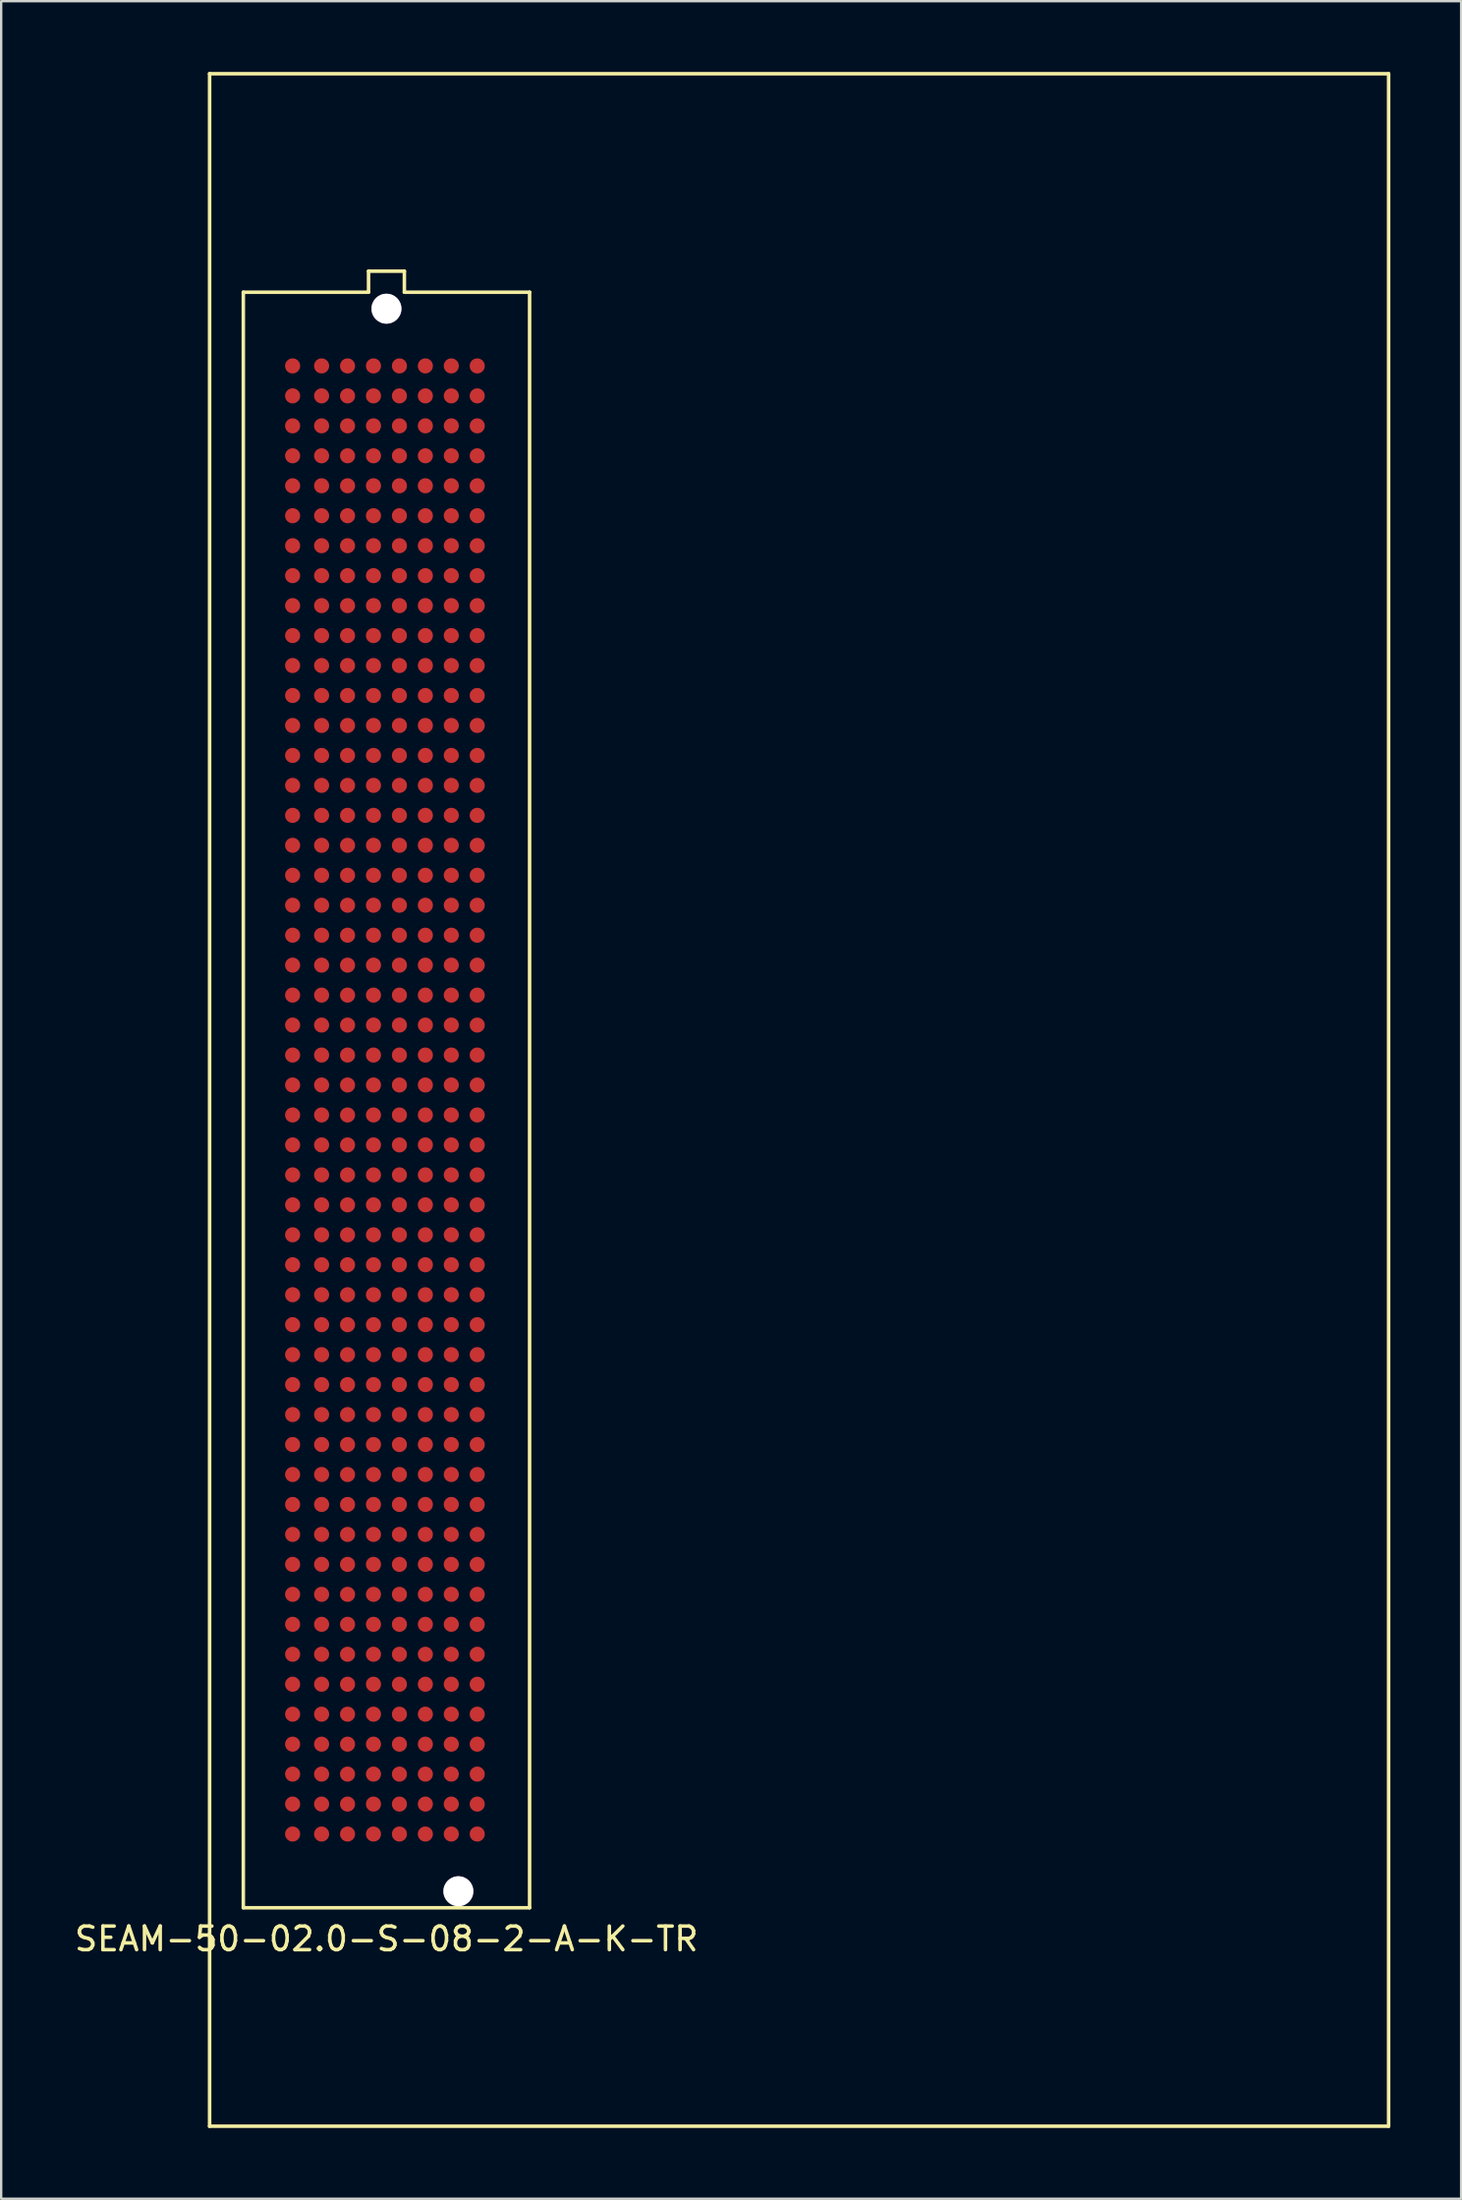
<source format=kicad_pcb>
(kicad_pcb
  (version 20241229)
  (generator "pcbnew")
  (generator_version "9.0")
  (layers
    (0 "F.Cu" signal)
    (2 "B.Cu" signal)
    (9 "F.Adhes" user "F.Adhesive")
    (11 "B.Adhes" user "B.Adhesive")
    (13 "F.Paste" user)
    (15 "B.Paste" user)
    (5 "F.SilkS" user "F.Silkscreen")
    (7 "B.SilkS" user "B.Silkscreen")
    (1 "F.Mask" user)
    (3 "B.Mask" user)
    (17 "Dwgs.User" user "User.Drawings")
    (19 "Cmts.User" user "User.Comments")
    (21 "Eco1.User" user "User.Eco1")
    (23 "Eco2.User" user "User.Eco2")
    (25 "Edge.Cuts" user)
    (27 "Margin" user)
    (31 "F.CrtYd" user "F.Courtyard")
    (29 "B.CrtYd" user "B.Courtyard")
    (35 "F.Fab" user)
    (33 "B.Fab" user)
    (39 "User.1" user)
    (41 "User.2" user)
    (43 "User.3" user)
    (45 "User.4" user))
  (footprint "SEAM-50-02.0-S-08-2-A-K-TR"
    (layer "F.Cu")
    (at 13.339 43.575)
    (property "Reference" "SEAM-50-02.0-S-08-2-A-K-TR" (at 0 35.56 0) (layer "F.SilkS") (effects (font (size 1 1) (thickness 0.15))))
    (attr through_hole)
    (fp_line (start -7.5 -43.5) (end 42.5 -43.5) (stroke (width 0.15) (type solid)) (layer "F.SilkS"))
    (fp_line (start -7.5 43.5) (end -7.5 -43.5) (stroke (width 0.15) (type solid)) (layer "F.SilkS"))
    (fp_line (start -6.07 -34.24) (end -6.07 34.24) (stroke (width 0.15) (type solid)) (layer "F.SilkS"))
    (fp_line (start -6.07 34.24) (end 6.07 34.24) (stroke (width 0.15) (type solid)) (layer "F.SilkS"))
    (fp_line (start -0.76 -35.13) (end 0.76 -35.13) (stroke (width 0.15) (type solid)) (layer "F.SilkS"))
    (fp_line (start -0.76 -34.24) (end -6.07 -34.24) (stroke (width 0.15) (type solid)) (layer "F.SilkS"))
    (fp_line (start -0.76 -34.24) (end -0.76 -35.13) (stroke (width 0.15) (type solid)) (layer "F.SilkS"))
    (fp_line (start 0.76 -35.13) (end 0.76 -34.24) (stroke (width 0.15) (type solid)) (layer "F.SilkS"))
    (fp_line (start 0.76 -34.24) (end 6.07 -34.24) (stroke (width 0.15) (type solid)) (layer "F.SilkS"))
    (fp_line (start 6.07 34.24) (end 6.07 -34.24) (stroke (width 0.15) (type solid)) (layer "F.SilkS"))
    (fp_line (start 42.5 -43.5) (end 42.5 43.5) (stroke (width 0.15) (type solid)) (layer "F.SilkS"))
    (fp_line (start 42.5 43.5) (end -7.5 43.5) (stroke (width 0.15) (type solid)) (layer "F.SilkS"))
    (pad "" np_thru_hole custom (at 0 -33.54) (size 1.27 1.27) (drill 1.27) (layers "*.Cu" "*.Mask") (options (anchor circle)) (primitives))
    (pad "" np_thru_hole custom (at 3.05 33.54) (size 1.27 1.27) (drill 1.27) (layers "*.Cu" "*.Mask") (options (anchor circle)) (primitives))
    (pad "A1" smd circle (at -3.98 -31.115) (size 0.64 0.64) (layers "F.Cu" "F.Mask" "F.Paste"))
    (pad "A2" smd circle (at -3.98 -29.845) (size 0.64 0.64) (layers "F.Cu" "F.Mask" "F.Paste"))
    (pad "A3" smd circle (at -3.98 -28.575) (size 0.64 0.64) (layers "F.Cu" "F.Mask" "F.Paste"))
    (pad "A4" smd circle (at -3.98 -27.305) (size 0.64 0.64) (layers "F.Cu" "F.Mask" "F.Paste"))
    (pad "A5" smd circle (at -3.98 -26.035) (size 0.64 0.64) (layers "F.Cu" "F.Mask" "F.Paste"))
    (pad "A6" smd circle (at -3.98 -24.765) (size 0.64 0.64) (layers "F.Cu" "F.Mask" "F.Paste"))
    (pad "A7" smd circle (at -3.98 -23.495) (size 0.64 0.64) (layers "F.Cu" "F.Mask" "F.Paste"))
    (pad "A8" smd circle (at -3.98 -22.225) (size 0.64 0.64) (layers "F.Cu" "F.Mask" "F.Paste"))
    (pad "A9" smd circle (at -3.98 -20.955) (size 0.64 0.64) (layers "F.Cu" "F.Mask" "F.Paste"))
    (pad "A10" smd circle (at -3.98 -19.685) (size 0.64 0.64) (layers "F.Cu" "F.Mask" "F.Paste"))
    (pad "A11" smd circle (at -3.98 -18.415) (size 0.64 0.64) (layers "F.Cu" "F.Mask" "F.Paste"))
    (pad "A12" smd circle (at -3.98 -17.145) (size 0.64 0.64) (layers "F.Cu" "F.Mask" "F.Paste"))
    (pad "A13" smd circle (at -3.98 -15.875) (size 0.64 0.64) (layers "F.Cu" "F.Mask" "F.Paste"))
    (pad "A14" smd circle (at -3.98 -14.605) (size 0.64 0.64) (layers "F.Cu" "F.Mask" "F.Paste"))
    (pad "A15" smd circle (at -3.98 -13.335) (size 0.64 0.64) (layers "F.Cu" "F.Mask" "F.Paste"))
    (pad "A16" smd circle (at -3.98 -12.065) (size 0.64 0.64) (layers "F.Cu" "F.Mask" "F.Paste"))
    (pad "A17" smd circle (at -3.98 -10.795) (size 0.64 0.64) (layers "F.Cu" "F.Mask" "F.Paste"))
    (pad "A18" smd circle (at -3.98 -9.525) (size 0.64 0.64) (layers "F.Cu" "F.Mask" "F.Paste"))
    (pad "A19" smd circle (at -3.98 -8.255) (size 0.64 0.64) (layers "F.Cu" "F.Mask" "F.Paste"))
    (pad "A20" smd circle (at -3.98 -6.985) (size 0.64 0.64) (layers "F.Cu" "F.Mask" "F.Paste"))
    (pad "A21" smd circle (at -3.98 -5.715) (size 0.64 0.64) (layers "F.Cu" "F.Mask" "F.Paste"))
    (pad "A22" smd circle (at -3.98 -4.445) (size 0.64 0.64) (layers "F.Cu" "F.Mask" "F.Paste"))
    (pad "A23" smd circle (at -3.98 -3.175) (size 0.64 0.64) (layers "F.Cu" "F.Mask" "F.Paste"))
    (pad "A24" smd circle (at -3.98 -1.905) (size 0.64 0.64) (layers "F.Cu" "F.Mask" "F.Paste"))
    (pad "A25" smd circle (at -3.98 -0.635) (size 0.64 0.64) (layers "F.Cu" "F.Mask" "F.Paste"))
    (pad "A26" smd circle (at -3.98 0.635) (size 0.64 0.64) (layers "F.Cu" "F.Mask" "F.Paste"))
    (pad "A27" smd circle (at -3.98 1.905) (size 0.64 0.64) (layers "F.Cu" "F.Mask" "F.Paste"))
    (pad "A28" smd circle (at -3.98 3.175) (size 0.64 0.64) (layers "F.Cu" "F.Mask" "F.Paste"))
    (pad "A29" smd circle (at -3.98 4.445) (size 0.64 0.64) (layers "F.Cu" "F.Mask" "F.Paste"))
    (pad "A30" smd circle (at -3.98 5.715) (size 0.64 0.64) (layers "F.Cu" "F.Mask" "F.Paste"))
    (pad "A31" smd circle (at -3.98 6.985) (size 0.64 0.64) (layers "F.Cu" "F.Mask" "F.Paste"))
    (pad "A32" smd circle (at -3.98 8.255) (size 0.64 0.64) (layers "F.Cu" "F.Mask" "F.Paste"))
    (pad "A33" smd circle (at -3.98 9.525) (size 0.64 0.64) (layers "F.Cu" "F.Mask" "F.Paste"))
    (pad "A34" smd circle (at -3.98 10.795) (size 0.64 0.64) (layers "F.Cu" "F.Mask" "F.Paste"))
    (pad "A35" smd circle (at -3.98 12.065) (size 0.64 0.64) (layers "F.Cu" "F.Mask" "F.Paste"))
    (pad "A36" smd circle (at -3.98 13.335) (size 0.64 0.64) (layers "F.Cu" "F.Mask" "F.Paste"))
    (pad "A37" smd circle (at -3.98 14.605) (size 0.64 0.64) (layers "F.Cu" "F.Mask" "F.Paste"))
    (pad "A38" smd circle (at -3.98 15.875) (size 0.64 0.64) (layers "F.Cu" "F.Mask" "F.Paste"))
    (pad "A39" smd circle (at -3.98 17.145) (size 0.64 0.64) (layers "F.Cu" "F.Mask" "F.Paste"))
    (pad "A40" smd circle (at -3.98 18.415) (size 0.64 0.64) (layers "F.Cu" "F.Mask" "F.Paste"))
    (pad "A41" smd circle (at -3.98 19.685) (size 0.64 0.64) (layers "F.Cu" "F.Mask" "F.Paste"))
    (pad "A42" smd circle (at -3.98 20.955) (size 0.64 0.64) (layers "F.Cu" "F.Mask" "F.Paste"))
    (pad "A43" smd circle (at -3.98 22.225) (size 0.64 0.64) (layers "F.Cu" "F.Mask" "F.Paste"))
    (pad "A44" smd circle (at -3.98 23.495) (size 0.64 0.64) (layers "F.Cu" "F.Mask" "F.Paste"))
    (pad "A45" smd circle (at -3.98 24.765) (size 0.64 0.64) (layers "F.Cu" "F.Mask" "F.Paste"))
    (pad "A46" smd circle (at -3.98 26.035) (size 0.64 0.64) (layers "F.Cu" "F.Mask" "F.Paste"))
    (pad "A47" smd circle (at -3.98 27.305) (size 0.64 0.64) (layers "F.Cu" "F.Mask" "F.Paste"))
    (pad "A48" smd circle (at -3.98 28.575) (size 0.64 0.64) (layers "F.Cu" "F.Mask" "F.Paste"))
    (pad "A49" smd circle (at -3.98 29.845) (size 0.64 0.64) (layers "F.Cu" "F.Mask" "F.Paste"))
    (pad "A50" smd circle (at -3.98 31.115) (size 0.64 0.64) (layers "F.Cu" "F.Mask" "F.Paste"))
    (pad "B1" smd circle (at -2.75 -31.115) (size 0.64 0.64) (layers "F.Cu" "F.Mask" "F.Paste"))
    (pad "B2" smd circle (at -2.75 -29.845) (size 0.64 0.64) (layers "F.Cu" "F.Mask" "F.Paste"))
    (pad "B3" smd circle (at -2.75 -28.575) (size 0.64 0.64) (layers "F.Cu" "F.Mask" "F.Paste"))
    (pad "B4" smd circle (at -2.75 -27.305) (size 0.64 0.64) (layers "F.Cu" "F.Mask" "F.Paste"))
    (pad "B5" smd circle (at -2.75 -26.035) (size 0.64 0.64) (layers "F.Cu" "F.Mask" "F.Paste"))
    (pad "B6" smd circle (at -2.75 -24.765) (size 0.64 0.64) (layers "F.Cu" "F.Mask" "F.Paste"))
    (pad "B7" smd circle (at -2.75 -23.495) (size 0.64 0.64) (layers "F.Cu" "F.Mask" "F.Paste"))
    (pad "B8" smd circle (at -2.75 -22.225) (size 0.64 0.64) (layers "F.Cu" "F.Mask" "F.Paste"))
    (pad "B9" smd circle (at -2.75 -20.955) (size 0.64 0.64) (layers "F.Cu" "F.Mask" "F.Paste"))
    (pad "B10" smd circle (at -2.75 -19.685) (size 0.64 0.64) (layers "F.Cu" "F.Mask" "F.Paste"))
    (pad "B11" smd circle (at -2.75 -18.415) (size 0.64 0.64) (layers "F.Cu" "F.Mask" "F.Paste"))
    (pad "B12" smd circle (at -2.75 -17.145) (size 0.64 0.64) (layers "F.Cu" "F.Mask" "F.Paste"))
    (pad "B13" smd circle (at -2.75 -15.875) (size 0.64 0.64) (layers "F.Cu" "F.Mask" "F.Paste"))
    (pad "B14" smd circle (at -2.75 -14.605) (size 0.64 0.64) (layers "F.Cu" "F.Mask" "F.Paste"))
    (pad "B15" smd circle (at -2.75 -13.335) (size 0.64 0.64) (layers "F.Cu" "F.Mask" "F.Paste"))
    (pad "B16" smd circle (at -2.75 -12.065) (size 0.64 0.64) (layers "F.Cu" "F.Mask" "F.Paste"))
    (pad "B17" smd circle (at -2.75 -10.795) (size 0.64 0.64) (layers "F.Cu" "F.Mask" "F.Paste"))
    (pad "B18" smd circle (at -2.75 -9.525) (size 0.64 0.64) (layers "F.Cu" "F.Mask" "F.Paste"))
    (pad "B19" smd circle (at -2.75 -8.255) (size 0.64 0.64) (layers "F.Cu" "F.Mask" "F.Paste"))
    (pad "B20" smd circle (at -2.75 -6.985) (size 0.64 0.64) (layers "F.Cu" "F.Mask" "F.Paste"))
    (pad "B21" smd circle (at -2.75 -5.715) (size 0.64 0.64) (layers "F.Cu" "F.Mask" "F.Paste"))
    (pad "B22" smd circle (at -2.75 -4.445) (size 0.64 0.64) (layers "F.Cu" "F.Mask" "F.Paste"))
    (pad "B23" smd circle (at -2.75 -3.175) (size 0.64 0.64) (layers "F.Cu" "F.Mask" "F.Paste"))
    (pad "B24" smd circle (at -2.75 -1.905) (size 0.64 0.64) (layers "F.Cu" "F.Mask" "F.Paste"))
    (pad "B25" smd circle (at -2.75 -0.635) (size 0.64 0.64) (layers "F.Cu" "F.Mask" "F.Paste"))
    (pad "B26" smd circle (at -2.75 0.635) (size 0.64 0.64) (layers "F.Cu" "F.Mask" "F.Paste"))
    (pad "B27" smd circle (at -2.75 1.905) (size 0.64 0.64) (layers "F.Cu" "F.Mask" "F.Paste"))
    (pad "B28" smd circle (at -2.75 3.175) (size 0.64 0.64) (layers "F.Cu" "F.Mask" "F.Paste"))
    (pad "B29" smd circle (at -2.75 4.445) (size 0.64 0.64) (layers "F.Cu" "F.Mask" "F.Paste"))
    (pad "B30" smd circle (at -2.75 5.715) (size 0.64 0.64) (layers "F.Cu" "F.Mask" "F.Paste"))
    (pad "B31" smd circle (at -2.75 6.985) (size 0.64 0.64) (layers "F.Cu" "F.Mask" "F.Paste"))
    (pad "B32" smd circle (at -2.75 8.255) (size 0.64 0.64) (layers "F.Cu" "F.Mask" "F.Paste"))
    (pad "B33" smd circle (at -2.75 9.525) (size 0.64 0.64) (layers "F.Cu" "F.Mask" "F.Paste"))
    (pad "B34" smd circle (at -2.75 10.795) (size 0.64 0.64) (layers "F.Cu" "F.Mask" "F.Paste"))
    (pad "B35" smd circle (at -2.75 12.065) (size 0.64 0.64) (layers "F.Cu" "F.Mask" "F.Paste"))
    (pad "B36" smd circle (at -2.75 13.335) (size 0.64 0.64) (layers "F.Cu" "F.Mask" "F.Paste"))
    (pad "B37" smd circle (at -2.75 14.605) (size 0.64 0.64) (layers "F.Cu" "F.Mask" "F.Paste"))
    (pad "B38" smd circle (at -2.75 15.875) (size 0.64 0.64) (layers "F.Cu" "F.Mask" "F.Paste"))
    (pad "B39" smd circle (at -2.75 17.145) (size 0.64 0.64) (layers "F.Cu" "F.Mask" "F.Paste"))
    (pad "B40" smd circle (at -2.75 18.415) (size 0.64 0.64) (layers "F.Cu" "F.Mask" "F.Paste"))
    (pad "B41" smd circle (at -2.75 19.685) (size 0.64 0.64) (layers "F.Cu" "F.Mask" "F.Paste"))
    (pad "B42" smd circle (at -2.75 20.955) (size 0.64 0.64) (layers "F.Cu" "F.Mask" "F.Paste"))
    (pad "B43" smd circle (at -2.75 22.225) (size 0.64 0.64) (layers "F.Cu" "F.Mask" "F.Paste"))
    (pad "B44" smd circle (at -2.75 23.495) (size 0.64 0.64) (layers "F.Cu" "F.Mask" "F.Paste"))
    (pad "B45" smd circle (at -2.75 24.765) (size 0.64 0.64) (layers "F.Cu" "F.Mask" "F.Paste"))
    (pad "B46" smd circle (at -2.75 26.035) (size 0.64 0.64) (layers "F.Cu" "F.Mask" "F.Paste"))
    (pad "B47" smd circle (at -2.75 27.305) (size 0.64 0.64) (layers "F.Cu" "F.Mask" "F.Paste"))
    (pad "B48" smd circle (at -2.75 28.575) (size 0.64 0.64) (layers "F.Cu" "F.Mask" "F.Paste"))
    (pad "B49" smd circle (at -2.75 29.845) (size 0.64 0.64) (layers "F.Cu" "F.Mask" "F.Paste"))
    (pad "B50" smd circle (at -2.75 31.115) (size 0.64 0.64) (layers "F.Cu" "F.Mask" "F.Paste"))
    (pad "C1" smd circle (at -1.65 -31.115) (size 0.64 0.64) (layers "F.Cu" "F.Mask" "F.Paste"))
    (pad "C2" smd circle (at -1.65 -29.845) (size 0.64 0.64) (layers "F.Cu" "F.Mask" "F.Paste"))
    (pad "C3" smd circle (at -1.65 -28.575) (size 0.64 0.64) (layers "F.Cu" "F.Mask" "F.Paste"))
    (pad "C4" smd circle (at -1.65 -27.305) (size 0.64 0.64) (layers "F.Cu" "F.Mask" "F.Paste"))
    (pad "C5" smd circle (at -1.65 -26.035) (size 0.64 0.64) (layers "F.Cu" "F.Mask" "F.Paste"))
    (pad "C6" smd circle (at -1.65 -24.765) (size 0.64 0.64) (layers "F.Cu" "F.Mask" "F.Paste"))
    (pad "C7" smd circle (at -1.65 -23.495) (size 0.64 0.64) (layers "F.Cu" "F.Mask" "F.Paste"))
    (pad "C8" smd circle (at -1.65 -22.225) (size 0.64 0.64) (layers "F.Cu" "F.Mask" "F.Paste"))
    (pad "C9" smd circle (at -1.65 -20.955) (size 0.64 0.64) (layers "F.Cu" "F.Mask" "F.Paste"))
    (pad "C10" smd circle (at -1.65 -19.685) (size 0.64 0.64) (layers "F.Cu" "F.Mask" "F.Paste"))
    (pad "C11" smd circle (at -1.65 -18.415) (size 0.64 0.64) (layers "F.Cu" "F.Mask" "F.Paste"))
    (pad "C12" smd circle (at -1.65 -17.145) (size 0.64 0.64) (layers "F.Cu" "F.Mask" "F.Paste"))
    (pad "C13" smd circle (at -1.65 -15.875) (size 0.64 0.64) (layers "F.Cu" "F.Mask" "F.Paste"))
    (pad "C14" smd circle (at -1.65 -14.605) (size 0.64 0.64) (layers "F.Cu" "F.Mask" "F.Paste"))
    (pad "C15" smd circle (at -1.65 -13.335) (size 0.64 0.64) (layers "F.Cu" "F.Mask" "F.Paste"))
    (pad "C16" smd circle (at -1.65 -12.065) (size 0.64 0.64) (layers "F.Cu" "F.Mask" "F.Paste"))
    (pad "C17" smd circle (at -1.65 -10.795) (size 0.64 0.64) (layers "F.Cu" "F.Mask" "F.Paste"))
    (pad "C18" smd circle (at -1.65 -9.525) (size 0.64 0.64) (layers "F.Cu" "F.Mask" "F.Paste"))
    (pad "C19" smd circle (at -1.65 -8.255) (size 0.64 0.64) (layers "F.Cu" "F.Mask" "F.Paste"))
    (pad "C20" smd circle (at -1.65 -6.985) (size 0.64 0.64) (layers "F.Cu" "F.Mask" "F.Paste"))
    (pad "C21" smd circle (at -1.65 -5.715) (size 0.64 0.64) (layers "F.Cu" "F.Mask" "F.Paste"))
    (pad "C22" smd circle (at -1.65 -4.445) (size 0.64 0.64) (layers "F.Cu" "F.Mask" "F.Paste"))
    (pad "C23" smd circle (at -1.65 -3.175) (size 0.64 0.64) (layers "F.Cu" "F.Mask" "F.Paste"))
    (pad "C24" smd circle (at -1.65 -1.905) (size 0.64 0.64) (layers "F.Cu" "F.Mask" "F.Paste"))
    (pad "C25" smd circle (at -1.65 -0.635) (size 0.64 0.64) (layers "F.Cu" "F.Mask" "F.Paste"))
    (pad "C26" smd circle (at -1.65 0.635) (size 0.64 0.64) (layers "F.Cu" "F.Mask" "F.Paste"))
    (pad "C27" smd circle (at -1.65 1.905) (size 0.64 0.64) (layers "F.Cu" "F.Mask" "F.Paste"))
    (pad "C28" smd circle (at -1.65 3.175) (size 0.64 0.64) (layers "F.Cu" "F.Mask" "F.Paste"))
    (pad "C29" smd circle (at -1.65 4.445) (size 0.64 0.64) (layers "F.Cu" "F.Mask" "F.Paste"))
    (pad "C30" smd circle (at -1.65 5.715) (size 0.64 0.64) (layers "F.Cu" "F.Mask" "F.Paste"))
    (pad "C31" smd circle (at -1.65 6.985) (size 0.64 0.64) (layers "F.Cu" "F.Mask" "F.Paste"))
    (pad "C32" smd circle (at -1.65 8.255) (size 0.64 0.64) (layers "F.Cu" "F.Mask" "F.Paste"))
    (pad "C33" smd circle (at -1.65 9.525) (size 0.64 0.64) (layers "F.Cu" "F.Mask" "F.Paste"))
    (pad "C34" smd circle (at -1.65 10.795) (size 0.64 0.64) (layers "F.Cu" "F.Mask" "F.Paste"))
    (pad "C35" smd circle (at -1.65 12.065) (size 0.64 0.64) (layers "F.Cu" "F.Mask" "F.Paste"))
    (pad "C36" smd circle (at -1.65 13.335) (size 0.64 0.64) (layers "F.Cu" "F.Mask" "F.Paste"))
    (pad "C37" smd circle (at -1.65 14.605) (size 0.64 0.64) (layers "F.Cu" "F.Mask" "F.Paste"))
    (pad "C38" smd circle (at -1.65 15.875) (size 0.64 0.64) (layers "F.Cu" "F.Mask" "F.Paste"))
    (pad "C39" smd circle (at -1.65 17.145) (size 0.64 0.64) (layers "F.Cu" "F.Mask" "F.Paste"))
    (pad "C40" smd circle (at -1.65 18.415) (size 0.64 0.64) (layers "F.Cu" "F.Mask" "F.Paste"))
    (pad "C41" smd circle (at -1.65 19.685) (size 0.64 0.64) (layers "F.Cu" "F.Mask" "F.Paste"))
    (pad "C42" smd circle (at -1.65 20.955) (size 0.64 0.64) (layers "F.Cu" "F.Mask" "F.Paste"))
    (pad "C43" smd circle (at -1.65 22.225) (size 0.64 0.64) (layers "F.Cu" "F.Mask" "F.Paste"))
    (pad "C44" smd circle (at -1.65 23.495) (size 0.64 0.64) (layers "F.Cu" "F.Mask" "F.Paste"))
    (pad "C45" smd circle (at -1.65 24.765) (size 0.64 0.64) (layers "F.Cu" "F.Mask" "F.Paste"))
    (pad "C46" smd circle (at -1.65 26.035) (size 0.64 0.64) (layers "F.Cu" "F.Mask" "F.Paste"))
    (pad "C47" smd circle (at -1.65 27.305) (size 0.64 0.64) (layers "F.Cu" "F.Mask" "F.Paste"))
    (pad "C48" smd circle (at -1.65 28.575) (size 0.64 0.64) (layers "F.Cu" "F.Mask" "F.Paste"))
    (pad "C49" smd circle (at -1.65 29.845) (size 0.64 0.64) (layers "F.Cu" "F.Mask" "F.Paste"))
    (pad "C50" smd circle (at -1.65 31.115) (size 0.64 0.64) (layers "F.Cu" "F.Mask" "F.Paste"))
    (pad "D1" smd circle (at -0.55 -31.115) (size 0.64 0.64) (layers "F.Cu" "F.Mask" "F.Paste"))
    (pad "D2" smd circle (at -0.55 -29.845) (size 0.64 0.64) (layers "F.Cu" "F.Mask" "F.Paste"))
    (pad "D3" smd circle (at -0.55 -28.575) (size 0.64 0.64) (layers "F.Cu" "F.Mask" "F.Paste"))
    (pad "D4" smd circle (at -0.55 -27.305) (size 0.64 0.64) (layers "F.Cu" "F.Mask" "F.Paste"))
    (pad "D5" smd circle (at -0.55 -26.035) (size 0.64 0.64) (layers "F.Cu" "F.Mask" "F.Paste"))
    (pad "D6" smd circle (at -0.55 -24.765) (size 0.64 0.64) (layers "F.Cu" "F.Mask" "F.Paste"))
    (pad "D7" smd circle (at -0.55 -23.495) (size 0.64 0.64) (layers "F.Cu" "F.Mask" "F.Paste"))
    (pad "D8" smd circle (at -0.55 -22.225) (size 0.64 0.64) (layers "F.Cu" "F.Mask" "F.Paste"))
    (pad "D9" smd circle (at -0.55 -20.955) (size 0.64 0.64) (layers "F.Cu" "F.Mask" "F.Paste"))
    (pad "D10" smd circle (at -0.55 -19.685) (size 0.64 0.64) (layers "F.Cu" "F.Mask" "F.Paste"))
    (pad "D11" smd circle (at -0.55 -18.415) (size 0.64 0.64) (layers "F.Cu" "F.Mask" "F.Paste"))
    (pad "D12" smd circle (at -0.55 -17.145) (size 0.64 0.64) (layers "F.Cu" "F.Mask" "F.Paste"))
    (pad "D13" smd circle (at -0.55 -15.875) (size 0.64 0.64) (layers "F.Cu" "F.Mask" "F.Paste"))
    (pad "D14" smd circle (at -0.55 -14.605) (size 0.64 0.64) (layers "F.Cu" "F.Mask" "F.Paste"))
    (pad "D15" smd circle (at -0.55 -13.335) (size 0.64 0.64) (layers "F.Cu" "F.Mask" "F.Paste"))
    (pad "D16" smd circle (at -0.55 -12.065) (size 0.64 0.64) (layers "F.Cu" "F.Mask" "F.Paste"))
    (pad "D17" smd circle (at -0.55 -10.795) (size 0.64 0.64) (layers "F.Cu" "F.Mask" "F.Paste"))
    (pad "D18" smd circle (at -0.55 -9.525) (size 0.64 0.64) (layers "F.Cu" "F.Mask" "F.Paste"))
    (pad "D19" smd circle (at -0.55 -8.255) (size 0.64 0.64) (layers "F.Cu" "F.Mask" "F.Paste"))
    (pad "D20" smd circle (at -0.55 -6.985) (size 0.64 0.64) (layers "F.Cu" "F.Mask" "F.Paste"))
    (pad "D21" smd circle (at -0.55 -5.715) (size 0.64 0.64) (layers "F.Cu" "F.Mask" "F.Paste"))
    (pad "D22" smd circle (at -0.55 -4.445) (size 0.64 0.64) (layers "F.Cu" "F.Mask" "F.Paste"))
    (pad "D23" smd circle (at -0.55 -3.175) (size 0.64 0.64) (layers "F.Cu" "F.Mask" "F.Paste"))
    (pad "D24" smd circle (at -0.55 -1.905) (size 0.64 0.64) (layers "F.Cu" "F.Mask" "F.Paste"))
    (pad "D25" smd circle (at -0.55 -0.635) (size 0.64 0.64) (layers "F.Cu" "F.Mask" "F.Paste"))
    (pad "D26" smd circle (at -0.55 0.635) (size 0.64 0.64) (layers "F.Cu" "F.Mask" "F.Paste"))
    (pad "D27" smd circle (at -0.55 1.905) (size 0.64 0.64) (layers "F.Cu" "F.Mask" "F.Paste"))
    (pad "D28" smd circle (at -0.55 3.175) (size 0.64 0.64) (layers "F.Cu" "F.Mask" "F.Paste"))
    (pad "D29" smd circle (at -0.55 4.445) (size 0.64 0.64) (layers "F.Cu" "F.Mask" "F.Paste"))
    (pad "D30" smd circle (at -0.55 5.715) (size 0.64 0.64) (layers "F.Cu" "F.Mask" "F.Paste"))
    (pad "D31" smd circle (at -0.55 6.985) (size 0.64 0.64) (layers "F.Cu" "F.Mask" "F.Paste"))
    (pad "D32" smd circle (at -0.55 8.255) (size 0.64 0.64) (layers "F.Cu" "F.Mask" "F.Paste"))
    (pad "D33" smd circle (at -0.55 9.525) (size 0.64 0.64) (layers "F.Cu" "F.Mask" "F.Paste"))
    (pad "D34" smd circle (at -0.55 10.795) (size 0.64 0.64) (layers "F.Cu" "F.Mask" "F.Paste"))
    (pad "D35" smd circle (at -0.55 12.065) (size 0.64 0.64) (layers "F.Cu" "F.Mask" "F.Paste"))
    (pad "D36" smd circle (at -0.55 13.335) (size 0.64 0.64) (layers "F.Cu" "F.Mask" "F.Paste"))
    (pad "D37" smd circle (at -0.55 14.605) (size 0.64 0.64) (layers "F.Cu" "F.Mask" "F.Paste"))
    (pad "D38" smd circle (at -0.55 15.875) (size 0.64 0.64) (layers "F.Cu" "F.Mask" "F.Paste"))
    (pad "D39" smd circle (at -0.55 17.145) (size 0.64 0.64) (layers "F.Cu" "F.Mask" "F.Paste"))
    (pad "D40" smd circle (at -0.55 18.415) (size 0.64 0.64) (layers "F.Cu" "F.Mask" "F.Paste"))
    (pad "D41" smd circle (at -0.55 19.685) (size 0.64 0.64) (layers "F.Cu" "F.Mask" "F.Paste"))
    (pad "D42" smd circle (at -0.55 20.955) (size 0.64 0.64) (layers "F.Cu" "F.Mask" "F.Paste"))
    (pad "D43" smd circle (at -0.55 22.225) (size 0.64 0.64) (layers "F.Cu" "F.Mask" "F.Paste"))
    (pad "D44" smd circle (at -0.55 23.495) (size 0.64 0.64) (layers "F.Cu" "F.Mask" "F.Paste"))
    (pad "D45" smd circle (at -0.55 24.765) (size 0.64 0.64) (layers "F.Cu" "F.Mask" "F.Paste"))
    (pad "D46" smd circle (at -0.55 26.035) (size 0.64 0.64) (layers "F.Cu" "F.Mask" "F.Paste"))
    (pad "D47" smd circle (at -0.55 27.305) (size 0.64 0.64) (layers "F.Cu" "F.Mask" "F.Paste"))
    (pad "D48" smd circle (at -0.55 28.575) (size 0.64 0.64) (layers "F.Cu" "F.Mask" "F.Paste"))
    (pad "D49" smd circle (at -0.55 29.845) (size 0.64 0.64) (layers "F.Cu" "F.Mask" "F.Paste"))
    (pad "D50" smd circle (at -0.55 31.115) (size 0.64 0.64) (layers "F.Cu" "F.Mask" "F.Paste"))
    (pad "E1" smd circle (at 0.55 -31.115) (size 0.64 0.64) (layers "F.Cu" "F.Mask" "F.Paste"))
    (pad "E2" smd circle (at 0.55 -29.845) (size 0.64 0.64) (layers "F.Cu" "F.Mask" "F.Paste"))
    (pad "E3" smd circle (at 0.55 -28.575) (size 0.64 0.64) (layers "F.Cu" "F.Mask" "F.Paste"))
    (pad "E4" smd circle (at 0.55 -27.305) (size 0.64 0.64) (layers "F.Cu" "F.Mask" "F.Paste"))
    (pad "E5" smd circle (at 0.55 -26.035) (size 0.64 0.64) (layers "F.Cu" "F.Mask" "F.Paste"))
    (pad "E6" smd circle (at 0.55 -24.765) (size 0.64 0.64) (layers "F.Cu" "F.Mask" "F.Paste"))
    (pad "E7" smd circle (at 0.55 -23.495) (size 0.64 0.64) (layers "F.Cu" "F.Mask" "F.Paste"))
    (pad "E8" smd circle (at 0.55 -22.225) (size 0.64 0.64) (layers "F.Cu" "F.Mask" "F.Paste"))
    (pad "E9" smd circle (at 0.55 -20.955) (size 0.64 0.64) (layers "F.Cu" "F.Mask" "F.Paste"))
    (pad "E10" smd circle (at 0.55 -19.685) (size 0.64 0.64) (layers "F.Cu" "F.Mask" "F.Paste"))
    (pad "E11" smd circle (at 0.55 -18.415) (size 0.64 0.64) (layers "F.Cu" "F.Mask" "F.Paste"))
    (pad "E12" smd circle (at 0.55 -17.145) (size 0.64 0.64) (layers "F.Cu" "F.Mask" "F.Paste"))
    (pad "E13" smd circle (at 0.55 -15.875) (size 0.64 0.64) (layers "F.Cu" "F.Mask" "F.Paste"))
    (pad "E14" smd circle (at 0.55 -14.605) (size 0.64 0.64) (layers "F.Cu" "F.Mask" "F.Paste"))
    (pad "E15" smd circle (at 0.55 -13.335) (size 0.64 0.64) (layers "F.Cu" "F.Mask" "F.Paste"))
    (pad "E16" smd circle (at 0.55 -12.065) (size 0.64 0.64) (layers "F.Cu" "F.Mask" "F.Paste"))
    (pad "E17" smd circle (at 0.55 -10.795) (size 0.64 0.64) (layers "F.Cu" "F.Mask" "F.Paste"))
    (pad "E18" smd circle (at 0.55 -9.525) (size 0.64 0.64) (layers "F.Cu" "F.Mask" "F.Paste"))
    (pad "E19" smd circle (at 0.55 -8.255) (size 0.64 0.64) (layers "F.Cu" "F.Mask" "F.Paste"))
    (pad "E20" smd circle (at 0.55 -6.985) (size 0.64 0.64) (layers "F.Cu" "F.Mask" "F.Paste"))
    (pad "E21" smd circle (at 0.55 -5.715) (size 0.64 0.64) (layers "F.Cu" "F.Mask" "F.Paste"))
    (pad "E22" smd circle (at 0.55 -4.445) (size 0.64 0.64) (layers "F.Cu" "F.Mask" "F.Paste"))
    (pad "E23" smd circle (at 0.55 -3.175) (size 0.64 0.64) (layers "F.Cu" "F.Mask" "F.Paste"))
    (pad "E24" smd circle (at 0.55 -1.905) (size 0.64 0.64) (layers "F.Cu" "F.Mask" "F.Paste"))
    (pad "E25" smd circle (at 0.55 -0.635) (size 0.64 0.64) (layers "F.Cu" "F.Mask" "F.Paste"))
    (pad "E26" smd circle (at 0.55 0.635) (size 0.64 0.64) (layers "F.Cu" "F.Mask" "F.Paste"))
    (pad "E27" smd circle (at 0.55 1.905) (size 0.64 0.64) (layers "F.Cu" "F.Mask" "F.Paste"))
    (pad "E28" smd circle (at 0.55 3.175) (size 0.64 0.64) (layers "F.Cu" "F.Mask" "F.Paste"))
    (pad "E29" smd circle (at 0.55 4.445) (size 0.64 0.64) (layers "F.Cu" "F.Mask" "F.Paste"))
    (pad "E30" smd circle (at 0.55 5.715) (size 0.64 0.64) (layers "F.Cu" "F.Mask" "F.Paste"))
    (pad "E31" smd circle (at 0.55 6.985) (size 0.64 0.64) (layers "F.Cu" "F.Mask" "F.Paste"))
    (pad "E32" smd circle (at 0.55 8.255) (size 0.64 0.64) (layers "F.Cu" "F.Mask" "F.Paste"))
    (pad "E33" smd circle (at 0.55 9.525) (size 0.64 0.64) (layers "F.Cu" "F.Mask" "F.Paste"))
    (pad "E34" smd circle (at 0.55 10.795) (size 0.64 0.64) (layers "F.Cu" "F.Mask" "F.Paste"))
    (pad "E35" smd circle (at 0.55 12.065) (size 0.64 0.64) (layers "F.Cu" "F.Mask" "F.Paste"))
    (pad "E36" smd circle (at 0.55 13.335) (size 0.64 0.64) (layers "F.Cu" "F.Mask" "F.Paste"))
    (pad "E37" smd circle (at 0.55 14.605) (size 0.64 0.64) (layers "F.Cu" "F.Mask" "F.Paste"))
    (pad "E38" smd circle (at 0.55 15.875) (size 0.64 0.64) (layers "F.Cu" "F.Mask" "F.Paste"))
    (pad "E39" smd circle (at 0.55 17.145) (size 0.64 0.64) (layers "F.Cu" "F.Mask" "F.Paste"))
    (pad "E40" smd circle (at 0.55 18.415) (size 0.64 0.64) (layers "F.Cu" "F.Mask" "F.Paste"))
    (pad "E41" smd circle (at 0.55 19.685) (size 0.64 0.64) (layers "F.Cu" "F.Mask" "F.Paste"))
    (pad "E42" smd circle (at 0.55 20.955) (size 0.64 0.64) (layers "F.Cu" "F.Mask" "F.Paste"))
    (pad "E43" smd circle (at 0.55 22.225) (size 0.64 0.64) (layers "F.Cu" "F.Mask" "F.Paste"))
    (pad "E44" smd circle (at 0.55 23.495) (size 0.64 0.64) (layers "F.Cu" "F.Mask" "F.Paste"))
    (pad "E45" smd circle (at 0.55 24.765) (size 0.64 0.64) (layers "F.Cu" "F.Mask" "F.Paste"))
    (pad "E46" smd circle (at 0.55 26.035) (size 0.64 0.64) (layers "F.Cu" "F.Mask" "F.Paste"))
    (pad "E47" smd circle (at 0.55 27.305) (size 0.64 0.64) (layers "F.Cu" "F.Mask" "F.Paste"))
    (pad "E48" smd circle (at 0.55 28.575) (size 0.64 0.64) (layers "F.Cu" "F.Mask" "F.Paste"))
    (pad "E49" smd circle (at 0.55 29.845) (size 0.64 0.64) (layers "F.Cu" "F.Mask" "F.Paste"))
    (pad "E50" smd circle (at 0.55 31.115) (size 0.64 0.64) (layers "F.Cu" "F.Mask" "F.Paste"))
    (pad "F1" smd circle (at 1.65 -31.115) (size 0.64 0.64) (layers "F.Cu" "F.Mask" "F.Paste"))
    (pad "F2" smd circle (at 1.65 -29.845) (size 0.64 0.64) (layers "F.Cu" "F.Mask" "F.Paste"))
    (pad "F3" smd circle (at 1.65 -28.575) (size 0.64 0.64) (layers "F.Cu" "F.Mask" "F.Paste"))
    (pad "F4" smd circle (at 1.65 -27.305) (size 0.64 0.64) (layers "F.Cu" "F.Mask" "F.Paste"))
    (pad "F5" smd circle (at 1.65 -26.035) (size 0.64 0.64) (layers "F.Cu" "F.Mask" "F.Paste"))
    (pad "F6" smd circle (at 1.65 -24.765) (size 0.64 0.64) (layers "F.Cu" "F.Mask" "F.Paste"))
    (pad "F7" smd circle (at 1.65 -23.495) (size 0.64 0.64) (layers "F.Cu" "F.Mask" "F.Paste"))
    (pad "F8" smd circle (at 1.65 -22.225) (size 0.64 0.64) (layers "F.Cu" "F.Mask" "F.Paste"))
    (pad "F9" smd circle (at 1.65 -20.955) (size 0.64 0.64) (layers "F.Cu" "F.Mask" "F.Paste"))
    (pad "F10" smd circle (at 1.65 -19.685) (size 0.64 0.64) (layers "F.Cu" "F.Mask" "F.Paste"))
    (pad "F11" smd circle (at 1.65 -18.415) (size 0.64 0.64) (layers "F.Cu" "F.Mask" "F.Paste"))
    (pad "F12" smd circle (at 1.65 -17.145) (size 0.64 0.64) (layers "F.Cu" "F.Mask" "F.Paste"))
    (pad "F13" smd circle (at 1.65 -15.875) (size 0.64 0.64) (layers "F.Cu" "F.Mask" "F.Paste"))
    (pad "F14" smd circle (at 1.65 -14.605) (size 0.64 0.64) (layers "F.Cu" "F.Mask" "F.Paste"))
    (pad "F15" smd circle (at 1.65 -13.335) (size 0.64 0.64) (layers "F.Cu" "F.Mask" "F.Paste"))
    (pad "F16" smd circle (at 1.65 -12.065) (size 0.64 0.64) (layers "F.Cu" "F.Mask" "F.Paste"))
    (pad "F17" smd circle (at 1.65 -10.795) (size 0.64 0.64) (layers "F.Cu" "F.Mask" "F.Paste"))
    (pad "F18" smd circle (at 1.65 -9.525) (size 0.64 0.64) (layers "F.Cu" "F.Mask" "F.Paste"))
    (pad "F19" smd circle (at 1.65 -8.255) (size 0.64 0.64) (layers "F.Cu" "F.Mask" "F.Paste"))
    (pad "F20" smd circle (at 1.65 -6.985) (size 0.64 0.64) (layers "F.Cu" "F.Mask" "F.Paste"))
    (pad "F21" smd circle (at 1.65 -5.715) (size 0.64 0.64) (layers "F.Cu" "F.Mask" "F.Paste"))
    (pad "F22" smd circle (at 1.65 -4.445) (size 0.64 0.64) (layers "F.Cu" "F.Mask" "F.Paste"))
    (pad "F23" smd circle (at 1.65 -3.175) (size 0.64 0.64) (layers "F.Cu" "F.Mask" "F.Paste"))
    (pad "F24" smd circle (at 1.65 -1.905) (size 0.64 0.64) (layers "F.Cu" "F.Mask" "F.Paste"))
    (pad "F25" smd circle (at 1.65 -0.635) (size 0.64 0.64) (layers "F.Cu" "F.Mask" "F.Paste"))
    (pad "F26" smd circle (at 1.65 0.635) (size 0.64 0.64) (layers "F.Cu" "F.Mask" "F.Paste"))
    (pad "F27" smd circle (at 1.65 1.905) (size 0.64 0.64) (layers "F.Cu" "F.Mask" "F.Paste"))
    (pad "F28" smd circle (at 1.65 3.175) (size 0.64 0.64) (layers "F.Cu" "F.Mask" "F.Paste"))
    (pad "F29" smd circle (at 1.65 4.445) (size 0.64 0.64) (layers "F.Cu" "F.Mask" "F.Paste"))
    (pad "F30" smd circle (at 1.65 5.715) (size 0.64 0.64) (layers "F.Cu" "F.Mask" "F.Paste"))
    (pad "F31" smd circle (at 1.65 6.985) (size 0.64 0.64) (layers "F.Cu" "F.Mask" "F.Paste"))
    (pad "F32" smd circle (at 1.65 8.255) (size 0.64 0.64) (layers "F.Cu" "F.Mask" "F.Paste"))
    (pad "F33" smd circle (at 1.65 9.525) (size 0.64 0.64) (layers "F.Cu" "F.Mask" "F.Paste"))
    (pad "F34" smd circle (at 1.65 10.795) (size 0.64 0.64) (layers "F.Cu" "F.Mask" "F.Paste"))
    (pad "F35" smd circle (at 1.65 12.065) (size 0.64 0.64) (layers "F.Cu" "F.Mask" "F.Paste"))
    (pad "F36" smd circle (at 1.65 13.335) (size 0.64 0.64) (layers "F.Cu" "F.Mask" "F.Paste"))
    (pad "F37" smd circle (at 1.65 14.605) (size 0.64 0.64) (layers "F.Cu" "F.Mask" "F.Paste"))
    (pad "F38" smd circle (at 1.65 15.875) (size 0.64 0.64) (layers "F.Cu" "F.Mask" "F.Paste"))
    (pad "F39" smd circle (at 1.65 17.145) (size 0.64 0.64) (layers "F.Cu" "F.Mask" "F.Paste"))
    (pad "F40" smd circle (at 1.65 18.415) (size 0.64 0.64) (layers "F.Cu" "F.Mask" "F.Paste"))
    (pad "F41" smd circle (at 1.65 19.685) (size 0.64 0.64) (layers "F.Cu" "F.Mask" "F.Paste"))
    (pad "F42" smd circle (at 1.65 20.955) (size 0.64 0.64) (layers "F.Cu" "F.Mask" "F.Paste"))
    (pad "F43" smd circle (at 1.65 22.225) (size 0.64 0.64) (layers "F.Cu" "F.Mask" "F.Paste"))
    (pad "F44" smd circle (at 1.65 23.495) (size 0.64 0.64) (layers "F.Cu" "F.Mask" "F.Paste"))
    (pad "F45" smd circle (at 1.65 24.765) (size 0.64 0.64) (layers "F.Cu" "F.Mask" "F.Paste"))
    (pad "F46" smd circle (at 1.65 26.035) (size 0.64 0.64) (layers "F.Cu" "F.Mask" "F.Paste"))
    (pad "F47" smd circle (at 1.65 27.305) (size 0.64 0.64) (layers "F.Cu" "F.Mask" "F.Paste"))
    (pad "F48" smd circle (at 1.65 28.575) (size 0.64 0.64) (layers "F.Cu" "F.Mask" "F.Paste"))
    (pad "F49" smd circle (at 1.65 29.845) (size 0.64 0.64) (layers "F.Cu" "F.Mask" "F.Paste"))
    (pad "F50" smd circle (at 1.65 31.115) (size 0.64 0.64) (layers "F.Cu" "F.Mask" "F.Paste"))
    (pad "G1" smd circle (at 2.75 -31.115) (size 0.64 0.64) (layers "F.Cu" "F.Mask" "F.Paste"))
    (pad "G2" smd circle (at 2.75 -29.845) (size 0.64 0.64) (layers "F.Cu" "F.Mask" "F.Paste"))
    (pad "G3" smd circle (at 2.75 -28.575) (size 0.64 0.64) (layers "F.Cu" "F.Mask" "F.Paste"))
    (pad "G4" smd circle (at 2.75 -27.305) (size 0.64 0.64) (layers "F.Cu" "F.Mask" "F.Paste"))
    (pad "G5" smd circle (at 2.75 -26.035) (size 0.64 0.64) (layers "F.Cu" "F.Mask" "F.Paste"))
    (pad "G6" smd circle (at 2.75 -24.765) (size 0.64 0.64) (layers "F.Cu" "F.Mask" "F.Paste"))
    (pad "G7" smd circle (at 2.75 -23.495) (size 0.64 0.64) (layers "F.Cu" "F.Mask" "F.Paste"))
    (pad "G8" smd circle (at 2.75 -22.225) (size 0.64 0.64) (layers "F.Cu" "F.Mask" "F.Paste"))
    (pad "G9" smd circle (at 2.75 -20.955) (size 0.64 0.64) (layers "F.Cu" "F.Mask" "F.Paste"))
    (pad "G10" smd circle (at 2.75 -19.685) (size 0.64 0.64) (layers "F.Cu" "F.Mask" "F.Paste"))
    (pad "G11" smd circle (at 2.75 -18.415) (size 0.64 0.64) (layers "F.Cu" "F.Mask" "F.Paste"))
    (pad "G12" smd circle (at 2.75 -17.145) (size 0.64 0.64) (layers "F.Cu" "F.Mask" "F.Paste"))
    (pad "G13" smd circle (at 2.75 -15.875) (size 0.64 0.64) (layers "F.Cu" "F.Mask" "F.Paste"))
    (pad "G14" smd circle (at 2.75 -14.605) (size 0.64 0.64) (layers "F.Cu" "F.Mask" "F.Paste"))
    (pad "G15" smd circle (at 2.75 -13.335) (size 0.64 0.64) (layers "F.Cu" "F.Mask" "F.Paste"))
    (pad "G16" smd circle (at 2.75 -12.065) (size 0.64 0.64) (layers "F.Cu" "F.Mask" "F.Paste"))
    (pad "G17" smd circle (at 2.75 -10.795) (size 0.64 0.64) (layers "F.Cu" "F.Mask" "F.Paste"))
    (pad "G18" smd circle (at 2.75 -9.525) (size 0.64 0.64) (layers "F.Cu" "F.Mask" "F.Paste"))
    (pad "G19" smd circle (at 2.75 -8.255) (size 0.64 0.64) (layers "F.Cu" "F.Mask" "F.Paste"))
    (pad "G20" smd circle (at 2.75 -6.985) (size 0.64 0.64) (layers "F.Cu" "F.Mask" "F.Paste"))
    (pad "G21" smd circle (at 2.75 -5.715) (size 0.64 0.64) (layers "F.Cu" "F.Mask" "F.Paste"))
    (pad "G22" smd circle (at 2.75 -4.445) (size 0.64 0.64) (layers "F.Cu" "F.Mask" "F.Paste"))
    (pad "G23" smd circle (at 2.75 -3.175) (size 0.64 0.64) (layers "F.Cu" "F.Mask" "F.Paste"))
    (pad "G24" smd circle (at 2.75 -1.905) (size 0.64 0.64) (layers "F.Cu" "F.Mask" "F.Paste"))
    (pad "G25" smd circle (at 2.75 -0.635) (size 0.64 0.64) (layers "F.Cu" "F.Mask" "F.Paste"))
    (pad "G26" smd circle (at 2.75 0.635) (size 0.64 0.64) (layers "F.Cu" "F.Mask" "F.Paste"))
    (pad "G27" smd circle (at 2.75 1.905) (size 0.64 0.64) (layers "F.Cu" "F.Mask" "F.Paste"))
    (pad "G28" smd circle (at 2.75 3.175) (size 0.64 0.64) (layers "F.Cu" "F.Mask" "F.Paste"))
    (pad "G29" smd circle (at 2.75 4.445) (size 0.64 0.64) (layers "F.Cu" "F.Mask" "F.Paste"))
    (pad "G30" smd circle (at 2.75 5.715) (size 0.64 0.64) (layers "F.Cu" "F.Mask" "F.Paste"))
    (pad "G31" smd circle (at 2.75 6.985) (size 0.64 0.64) (layers "F.Cu" "F.Mask" "F.Paste"))
    (pad "G32" smd circle (at 2.75 8.255) (size 0.64 0.64) (layers "F.Cu" "F.Mask" "F.Paste"))
    (pad "G33" smd circle (at 2.75 9.525) (size 0.64 0.64) (layers "F.Cu" "F.Mask" "F.Paste"))
    (pad "G34" smd circle (at 2.75 10.795) (size 0.64 0.64) (layers "F.Cu" "F.Mask" "F.Paste"))
    (pad "G35" smd circle (at 2.75 12.065) (size 0.64 0.64) (layers "F.Cu" "F.Mask" "F.Paste"))
    (pad "G36" smd circle (at 2.75 13.335) (size 0.64 0.64) (layers "F.Cu" "F.Mask" "F.Paste"))
    (pad "G37" smd circle (at 2.75 14.605) (size 0.64 0.64) (layers "F.Cu" "F.Mask" "F.Paste"))
    (pad "G38" smd circle (at 2.75 15.875) (size 0.64 0.64) (layers "F.Cu" "F.Mask" "F.Paste"))
    (pad "G39" smd circle (at 2.75 17.145) (size 0.64 0.64) (layers "F.Cu" "F.Mask" "F.Paste"))
    (pad "G40" smd circle (at 2.75 18.415) (size 0.64 0.64) (layers "F.Cu" "F.Mask" "F.Paste"))
    (pad "G41" smd circle (at 2.75 19.685) (size 0.64 0.64) (layers "F.Cu" "F.Mask" "F.Paste"))
    (pad "G42" smd circle (at 2.75 20.955) (size 0.64 0.64) (layers "F.Cu" "F.Mask" "F.Paste"))
    (pad "G43" smd circle (at 2.75 22.225) (size 0.64 0.64) (layers "F.Cu" "F.Mask" "F.Paste"))
    (pad "G44" smd circle (at 2.75 23.495) (size 0.64 0.64) (layers "F.Cu" "F.Mask" "F.Paste"))
    (pad "G45" smd circle (at 2.75 24.765) (size 0.64 0.64) (layers "F.Cu" "F.Mask" "F.Paste"))
    (pad "G46" smd circle (at 2.75 26.035) (size 0.64 0.64) (layers "F.Cu" "F.Mask" "F.Paste"))
    (pad "G47" smd circle (at 2.75 27.305) (size 0.64 0.64) (layers "F.Cu" "F.Mask" "F.Paste"))
    (pad "G48" smd circle (at 2.75 28.575) (size 0.64 0.64) (layers "F.Cu" "F.Mask" "F.Paste"))
    (pad "G49" smd circle (at 2.75 29.845) (size 0.64 0.64) (layers "F.Cu" "F.Mask" "F.Paste"))
    (pad "G50" smd circle (at 2.75 31.115) (size 0.64 0.64) (layers "F.Cu" "F.Mask" "F.Paste"))
    (pad "H1" smd circle (at 3.85 -31.115) (size 0.64 0.64) (layers "F.Cu" "F.Mask" "F.Paste"))
    (pad "H2" smd circle (at 3.85 -29.845) (size 0.64 0.64) (layers "F.Cu" "F.Mask" "F.Paste"))
    (pad "H3" smd circle (at 3.85 -28.575) (size 0.64 0.64) (layers "F.Cu" "F.Mask" "F.Paste"))
    (pad "H4" smd circle (at 3.85 -27.305) (size 0.64 0.64) (layers "F.Cu" "F.Mask" "F.Paste"))
    (pad "H5" smd circle (at 3.85 -26.035) (size 0.64 0.64) (layers "F.Cu" "F.Mask" "F.Paste"))
    (pad "H6" smd circle (at 3.85 -24.765) (size 0.64 0.64) (layers "F.Cu" "F.Mask" "F.Paste"))
    (pad "H7" smd circle (at 3.85 -23.495) (size 0.64 0.64) (layers "F.Cu" "F.Mask" "F.Paste"))
    (pad "H8" smd circle (at 3.85 -22.225) (size 0.64 0.64) (layers "F.Cu" "F.Mask" "F.Paste"))
    (pad "H9" smd circle (at 3.85 -20.955) (size 0.64 0.64) (layers "F.Cu" "F.Mask" "F.Paste"))
    (pad "H10" smd circle (at 3.85 -19.685) (size 0.64 0.64) (layers "F.Cu" "F.Mask" "F.Paste"))
    (pad "H11" smd circle (at 3.85 -18.415) (size 0.64 0.64) (layers "F.Cu" "F.Mask" "F.Paste"))
    (pad "H12" smd circle (at 3.85 -17.145) (size 0.64 0.64) (layers "F.Cu" "F.Mask" "F.Paste"))
    (pad "H13" smd circle (at 3.85 -15.875) (size 0.64 0.64) (layers "F.Cu" "F.Mask" "F.Paste"))
    (pad "H14" smd circle (at 3.85 -14.605) (size 0.64 0.64) (layers "F.Cu" "F.Mask" "F.Paste"))
    (pad "H15" smd circle (at 3.85 -13.335) (size 0.64 0.64) (layers "F.Cu" "F.Mask" "F.Paste"))
    (pad "H16" smd circle (at 3.85 -12.065) (size 0.64 0.64) (layers "F.Cu" "F.Mask" "F.Paste"))
    (pad "H17" smd circle (at 3.85 -10.795) (size 0.64 0.64) (layers "F.Cu" "F.Mask" "F.Paste"))
    (pad "H18" smd circle (at 3.85 -9.525) (size 0.64 0.64) (layers "F.Cu" "F.Mask" "F.Paste"))
    (pad "H19" smd circle (at 3.85 -8.255) (size 0.64 0.64) (layers "F.Cu" "F.Mask" "F.Paste"))
    (pad "H20" smd circle (at 3.85 -6.985) (size 0.64 0.64) (layers "F.Cu" "F.Mask" "F.Paste"))
    (pad "H21" smd circle (at 3.85 -5.715) (size 0.64 0.64) (layers "F.Cu" "F.Mask" "F.Paste"))
    (pad "H22" smd circle (at 3.85 -4.445) (size 0.64 0.64) (layers "F.Cu" "F.Mask" "F.Paste"))
    (pad "H23" smd circle (at 3.85 -3.175) (size 0.64 0.64) (layers "F.Cu" "F.Mask" "F.Paste"))
    (pad "H24" smd circle (at 3.85 -1.905) (size 0.64 0.64) (layers "F.Cu" "F.Mask" "F.Paste"))
    (pad "H25" smd circle (at 3.85 -0.635) (size 0.64 0.64) (layers "F.Cu" "F.Mask" "F.Paste"))
    (pad "H26" smd circle (at 3.85 0.635) (size 0.64 0.64) (layers "F.Cu" "F.Mask" "F.Paste"))
    (pad "H27" smd circle (at 3.85 1.905) (size 0.64 0.64) (layers "F.Cu" "F.Mask" "F.Paste"))
    (pad "H28" smd circle (at 3.85 3.175) (size 0.64 0.64) (layers "F.Cu" "F.Mask" "F.Paste"))
    (pad "H29" smd circle (at 3.85 4.445) (size 0.64 0.64) (layers "F.Cu" "F.Mask" "F.Paste"))
    (pad "H30" smd circle (at 3.85 5.715) (size 0.64 0.64) (layers "F.Cu" "F.Mask" "F.Paste"))
    (pad "H31" smd circle (at 3.85 6.985) (size 0.64 0.64) (layers "F.Cu" "F.Mask" "F.Paste"))
    (pad "H32" smd circle (at 3.85 8.255) (size 0.64 0.64) (layers "F.Cu" "F.Mask" "F.Paste"))
    (pad "H33" smd circle (at 3.85 9.525) (size 0.64 0.64) (layers "F.Cu" "F.Mask" "F.Paste"))
    (pad "H34" smd circle (at 3.85 10.795) (size 0.64 0.64) (layers "F.Cu" "F.Mask" "F.Paste"))
    (pad "H35" smd circle (at 3.85 12.065) (size 0.64 0.64) (layers "F.Cu" "F.Mask" "F.Paste"))
    (pad "H36" smd circle (at 3.85 13.335) (size 0.64 0.64) (layers "F.Cu" "F.Mask" "F.Paste"))
    (pad "H37" smd circle (at 3.85 14.605) (size 0.64 0.64) (layers "F.Cu" "F.Mask" "F.Paste"))
    (pad "H38" smd circle (at 3.85 15.875) (size 0.64 0.64) (layers "F.Cu" "F.Mask" "F.Paste"))
    (pad "H39" smd circle (at 3.85 17.145) (size 0.64 0.64) (layers "F.Cu" "F.Mask" "F.Paste"))
    (pad "H40" smd circle (at 3.85 18.415) (size 0.64 0.64) (layers "F.Cu" "F.Mask" "F.Paste"))
    (pad "H41" smd circle (at 3.85 19.685) (size 0.64 0.64) (layers "F.Cu" "F.Mask" "F.Paste"))
    (pad "H42" smd circle (at 3.85 20.955) (size 0.64 0.64) (layers "F.Cu" "F.Mask" "F.Paste"))
    (pad "H43" smd circle (at 3.85 22.225) (size 0.64 0.64) (layers "F.Cu" "F.Mask" "F.Paste"))
    (pad "H44" smd circle (at 3.85 23.495) (size 0.64 0.64) (layers "F.Cu" "F.Mask" "F.Paste"))
    (pad "H45" smd circle (at 3.85 24.765) (size 0.64 0.64) (layers "F.Cu" "F.Mask" "F.Paste"))
    (pad "H46" smd circle (at 3.85 26.035) (size 0.64 0.64) (layers "F.Cu" "F.Mask" "F.Paste"))
    (pad "H47" smd circle (at 3.85 27.305) (size 0.64 0.64) (layers "F.Cu" "F.Mask" "F.Paste"))
    (pad "H48" smd circle (at 3.85 28.575) (size 0.64 0.64) (layers "F.Cu" "F.Mask" "F.Paste"))
    (pad "H49" smd circle (at 3.85 29.845) (size 0.64 0.64) (layers "F.Cu" "F.Mask" "F.Paste"))
    (pad "H50" smd circle (at 3.85 31.115) (size 0.64 0.64) (layers "F.Cu" "F.Mask" "F.Paste")))
  (gr_rect
    (start -3 -3)
    (end 58.914 90.15)
    (stroke (width 0.1) (type default))
    (fill no)
    (layer "Edge.Cuts")))
</source>
